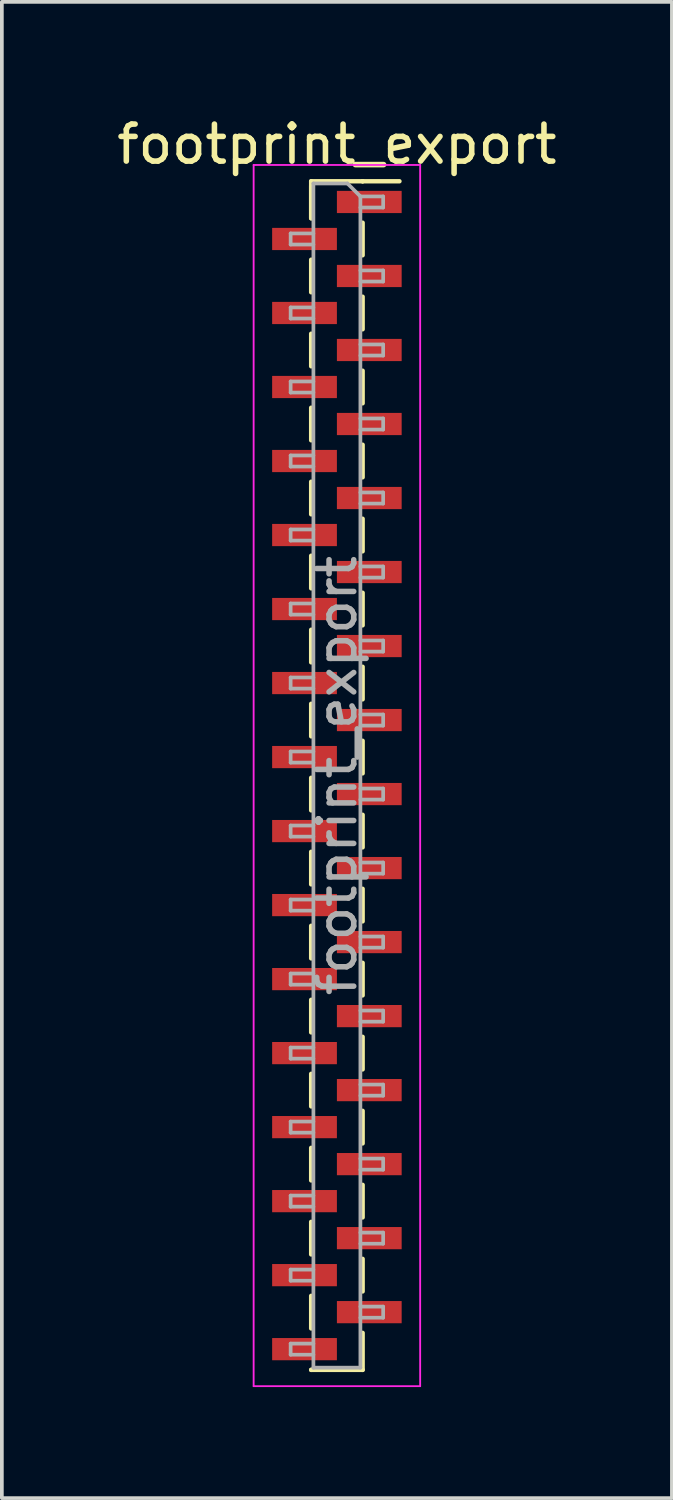
<source format=kicad_pcb>
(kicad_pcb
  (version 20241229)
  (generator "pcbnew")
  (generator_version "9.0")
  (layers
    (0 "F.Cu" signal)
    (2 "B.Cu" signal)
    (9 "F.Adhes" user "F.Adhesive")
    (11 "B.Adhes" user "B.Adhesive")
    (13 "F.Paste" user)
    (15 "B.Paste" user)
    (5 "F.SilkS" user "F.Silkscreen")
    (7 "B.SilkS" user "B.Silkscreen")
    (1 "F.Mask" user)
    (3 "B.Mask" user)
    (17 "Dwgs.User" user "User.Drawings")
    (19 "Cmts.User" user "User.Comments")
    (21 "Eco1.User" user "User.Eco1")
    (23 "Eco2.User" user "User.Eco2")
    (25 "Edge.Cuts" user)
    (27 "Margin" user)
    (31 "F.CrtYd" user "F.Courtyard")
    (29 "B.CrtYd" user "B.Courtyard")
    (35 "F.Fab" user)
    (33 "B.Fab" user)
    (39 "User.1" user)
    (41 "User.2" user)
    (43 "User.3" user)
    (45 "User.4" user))
  (footprint "footprint_export"
    (layer "F.Cu")
    (at 6.054 17.908)
    (property "Reference" "footprint_export" (at 0 -17.06 0) (layer "F.SilkS") (effects (font (size 1 1) (thickness 0.15))))
    (attr smd)
    (fp_line (start -0.695 -16.06) (end -0.695 -15.06) (stroke (width 0.12) (type solid)) (layer "F.SilkS"))
    (fp_line (start -0.695 -16.06) (end 0.695 -16.06) (stroke (width 0.12) (type solid)) (layer "F.SilkS"))
    (fp_line (start -0.695 -15.94) (end -0.695 -15.06) (stroke (width 0.12) (type solid)) (layer "F.SilkS"))
    (fp_line (start -0.695 -13.94) (end -0.695 -13.06) (stroke (width 0.12) (type solid)) (layer "F.SilkS"))
    (fp_line (start -0.695 -11.94) (end -0.695 -11.06) (stroke (width 0.12) (type solid)) (layer "F.SilkS"))
    (fp_line (start -0.695 -9.94) (end -0.695 -9.06) (stroke (width 0.12) (type solid)) (layer "F.SilkS"))
    (fp_line (start -0.695 -7.94) (end -0.695 -7.06) (stroke (width 0.12) (type solid)) (layer "F.SilkS"))
    (fp_line (start -0.695 -5.94) (end -0.695 -5.06) (stroke (width 0.12) (type solid)) (layer "F.SilkS"))
    (fp_line (start -0.695 -3.94) (end -0.695 -3.06) (stroke (width 0.12) (type solid)) (layer "F.SilkS"))
    (fp_line (start -0.695 -1.94) (end -0.695 -1.06) (stroke (width 0.12) (type solid)) (layer "F.SilkS"))
    (fp_line (start -0.695 0.06) (end -0.695 0.94) (stroke (width 0.12) (type solid)) (layer "F.SilkS"))
    (fp_line (start -0.695 2.06) (end -0.695 2.94) (stroke (width 0.12) (type solid)) (layer "F.SilkS"))
    (fp_line (start -0.695 4.06) (end -0.695 4.94) (stroke (width 0.12) (type solid)) (layer "F.SilkS"))
    (fp_line (start -0.695 6.06) (end -0.695 6.94) (stroke (width 0.12) (type solid)) (layer "F.SilkS"))
    (fp_line (start -0.695 8.06) (end -0.695 8.94) (stroke (width 0.12) (type solid)) (layer "F.SilkS"))
    (fp_line (start -0.695 10.06) (end -0.695 10.94) (stroke (width 0.12) (type solid)) (layer "F.SilkS"))
    (fp_line (start -0.695 12.06) (end -0.695 12.94) (stroke (width 0.12) (type solid)) (layer "F.SilkS"))
    (fp_line (start -0.695 14.06) (end -0.695 14.94) (stroke (width 0.12) (type solid)) (layer "F.SilkS"))
    (fp_line (start -0.695 16.06) (end -0.695 16.06) (stroke (width 0.12) (type solid)) (layer "F.SilkS"))
    (fp_line (start -0.695 16.06) (end 0.695 16.06) (stroke (width 0.12) (type solid)) (layer "F.SilkS"))
    (fp_line (start 0.695 -16.06) (end 0.695 -16.06) (stroke (width 0.12) (type solid)) (layer "F.SilkS"))
    (fp_line (start 0.695 -16.06) (end 1.69 -16.06) (stroke (width 0.12) (type solid)) (layer "F.SilkS"))
    (fp_line (start 0.695 -14.94) (end 0.695 -14.06) (stroke (width 0.12) (type solid)) (layer "F.SilkS"))
    (fp_line (start 0.695 -12.94) (end 0.695 -12.06) (stroke (width 0.12) (type solid)) (layer "F.SilkS"))
    (fp_line (start 0.695 -10.94) (end 0.695 -10.06) (stroke (width 0.12) (type solid)) (layer "F.SilkS"))
    (fp_line (start 0.695 -8.94) (end 0.695 -8.06) (stroke (width 0.12) (type solid)) (layer "F.SilkS"))
    (fp_line (start 0.695 -6.94) (end 0.695 -6.06) (stroke (width 0.12) (type solid)) (layer "F.SilkS"))
    (fp_line (start 0.695 -4.94) (end 0.695 -4.06) (stroke (width 0.12) (type solid)) (layer "F.SilkS"))
    (fp_line (start 0.695 -2.94) (end 0.695 -2.06) (stroke (width 0.12) (type solid)) (layer "F.SilkS"))
    (fp_line (start 0.695 -0.94) (end 0.695 -0.06) (stroke (width 0.12) (type solid)) (layer "F.SilkS"))
    (fp_line (start 0.695 1.06) (end 0.695 1.94) (stroke (width 0.12) (type solid)) (layer "F.SilkS"))
    (fp_line (start 0.695 3.06) (end 0.695 3.94) (stroke (width 0.12) (type solid)) (layer "F.SilkS"))
    (fp_line (start 0.695 5.06) (end 0.695 5.94) (stroke (width 0.12) (type solid)) (layer "F.SilkS"))
    (fp_line (start 0.695 7.06) (end 0.695 7.94) (stroke (width 0.12) (type solid)) (layer "F.SilkS"))
    (fp_line (start 0.695 9.06) (end 0.695 9.94) (stroke (width 0.12) (type solid)) (layer "F.SilkS"))
    (fp_line (start 0.695 11.06) (end 0.695 11.94) (stroke (width 0.12) (type solid)) (layer "F.SilkS"))
    (fp_line (start 0.695 13.06) (end 0.695 13.94) (stroke (width 0.12) (type solid)) (layer "F.SilkS"))
    (fp_line (start 0.695 15.06) (end 0.695 16.06) (stroke (width 0.12) (type solid)) (layer "F.SilkS"))
    (fp_line (start -2.25 -16.5) (end -2.25 16.5) (stroke (width 0.05) (type solid)) (layer "F.CrtYd"))
    (fp_line (start -2.25 16.5) (end 2.25 16.5) (stroke (width 0.05) (type solid)) (layer "F.CrtYd"))
    (fp_line (start 2.25 -16.5) (end -2.25 -16.5) (stroke (width 0.05) (type solid)) (layer "F.CrtYd"))
    (fp_line (start 2.25 16.5) (end 2.25 -16.5) (stroke (width 0.05) (type solid)) (layer "F.CrtYd"))
    (fp_line (start -1.25 -14.65) (end -1.25 -14.35) (stroke (width 0.1) (type solid)) (layer "F.Fab"))
    (fp_line (start -1.25 -14.35) (end -0.635 -14.35) (stroke (width 0.1) (type solid)) (layer "F.Fab"))
    (fp_line (start -1.25 -12.65) (end -1.25 -12.35) (stroke (width 0.1) (type solid)) (layer "F.Fab"))
    (fp_line (start -1.25 -12.35) (end -0.635 -12.35) (stroke (width 0.1) (type solid)) (layer "F.Fab"))
    (fp_line (start -1.25 -10.65) (end -1.25 -10.35) (stroke (width 0.1) (type solid)) (layer "F.Fab"))
    (fp_line (start -1.25 -10.35) (end -0.635 -10.35) (stroke (width 0.1) (type solid)) (layer "F.Fab"))
    (fp_line (start -1.25 -8.65) (end -1.25 -8.35) (stroke (width 0.1) (type solid)) (layer "F.Fab"))
    (fp_line (start -1.25 -8.35) (end -0.635 -8.35) (stroke (width 0.1) (type solid)) (layer "F.Fab"))
    (fp_line (start -1.25 -6.65) (end -1.25 -6.35) (stroke (width 0.1) (type solid)) (layer "F.Fab"))
    (fp_line (start -1.25 -6.35) (end -0.635 -6.35) (stroke (width 0.1) (type solid)) (layer "F.Fab"))
    (fp_line (start -1.25 -4.65) (end -1.25 -4.35) (stroke (width 0.1) (type solid)) (layer "F.Fab"))
    (fp_line (start -1.25 -4.35) (end -0.635 -4.35) (stroke (width 0.1) (type solid)) (layer "F.Fab"))
    (fp_line (start -1.25 -2.65) (end -1.25 -2.35) (stroke (width 0.1) (type solid)) (layer "F.Fab"))
    (fp_line (start -1.25 -2.35) (end -0.635 -2.35) (stroke (width 0.1) (type solid)) (layer "F.Fab"))
    (fp_line (start -1.25 -0.65) (end -1.25 -0.35) (stroke (width 0.1) (type solid)) (layer "F.Fab"))
    (fp_line (start -1.25 -0.35) (end -0.635 -0.35) (stroke (width 0.1) (type solid)) (layer "F.Fab"))
    (fp_line (start -1.25 1.35) (end -1.25 1.65) (stroke (width 0.1) (type solid)) (layer "F.Fab"))
    (fp_line (start -1.25 1.65) (end -0.635 1.65) (stroke (width 0.1) (type solid)) (layer "F.Fab"))
    (fp_line (start -1.25 3.35) (end -1.25 3.65) (stroke (width 0.1) (type solid)) (layer "F.Fab"))
    (fp_line (start -1.25 3.65) (end -0.635 3.65) (stroke (width 0.1) (type solid)) (layer "F.Fab"))
    (fp_line (start -1.25 5.35) (end -1.25 5.65) (stroke (width 0.1) (type solid)) (layer "F.Fab"))
    (fp_line (start -1.25 5.65) (end -0.635 5.65) (stroke (width 0.1) (type solid)) (layer "F.Fab"))
    (fp_line (start -1.25 7.35) (end -1.25 7.65) (stroke (width 0.1) (type solid)) (layer "F.Fab"))
    (fp_line (start -1.25 7.65) (end -0.635 7.65) (stroke (width 0.1) (type solid)) (layer "F.Fab"))
    (fp_line (start -1.25 9.35) (end -1.25 9.65) (stroke (width 0.1) (type solid)) (layer "F.Fab"))
    (fp_line (start -1.25 9.65) (end -0.635 9.65) (stroke (width 0.1) (type solid)) (layer "F.Fab"))
    (fp_line (start -1.25 11.35) (end -1.25 11.65) (stroke (width 0.1) (type solid)) (layer "F.Fab"))
    (fp_line (start -1.25 11.65) (end -0.635 11.65) (stroke (width 0.1) (type solid)) (layer "F.Fab"))
    (fp_line (start -1.25 13.35) (end -1.25 13.65) (stroke (width 0.1) (type solid)) (layer "F.Fab"))
    (fp_line (start -1.25 13.65) (end -0.635 13.65) (stroke (width 0.1) (type solid)) (layer "F.Fab"))
    (fp_line (start -1.25 15.35) (end -1.25 15.65) (stroke (width 0.1) (type solid)) (layer "F.Fab"))
    (fp_line (start -1.25 15.65) (end -0.635 15.65) (stroke (width 0.1) (type solid)) (layer "F.Fab"))
    (fp_line (start -0.635 -16) (end -0.635 16) (stroke (width 0.1) (type solid)) (layer "F.Fab"))
    (fp_line (start -0.635 -16) (end 0.285 -16) (stroke (width 0.1) (type solid)) (layer "F.Fab"))
    (fp_line (start -0.635 -14.65) (end -1.25 -14.65) (stroke (width 0.1) (type solid)) (layer "F.Fab"))
    (fp_line (start -0.635 -12.65) (end -1.25 -12.65) (stroke (width 0.1) (type solid)) (layer "F.Fab"))
    (fp_line (start -0.635 -10.65) (end -1.25 -10.65) (stroke (width 0.1) (type solid)) (layer "F.Fab"))
    (fp_line (start -0.635 -8.65) (end -1.25 -8.65) (stroke (width 0.1) (type solid)) (layer "F.Fab"))
    (fp_line (start -0.635 -6.65) (end -1.25 -6.65) (stroke (width 0.1) (type solid)) (layer "F.Fab"))
    (fp_line (start -0.635 -4.65) (end -1.25 -4.65) (stroke (width 0.1) (type solid)) (layer "F.Fab"))
    (fp_line (start -0.635 -2.65) (end -1.25 -2.65) (stroke (width 0.1) (type solid)) (layer "F.Fab"))
    (fp_line (start -0.635 -0.65) (end -1.25 -0.65) (stroke (width 0.1) (type solid)) (layer "F.Fab"))
    (fp_line (start -0.635 1.35) (end -1.25 1.35) (stroke (width 0.1) (type solid)) (layer "F.Fab"))
    (fp_line (start -0.635 3.35) (end -1.25 3.35) (stroke (width 0.1) (type solid)) (layer "F.Fab"))
    (fp_line (start -0.635 5.35) (end -1.25 5.35) (stroke (width 0.1) (type solid)) (layer "F.Fab"))
    (fp_line (start -0.635 7.35) (end -1.25 7.35) (stroke (width 0.1) (type solid)) (layer "F.Fab"))
    (fp_line (start -0.635 9.35) (end -1.25 9.35) (stroke (width 0.1) (type solid)) (layer "F.Fab"))
    (fp_line (start -0.635 11.35) (end -1.25 11.35) (stroke (width 0.1) (type solid)) (layer "F.Fab"))
    (fp_line (start -0.635 13.35) (end -1.25 13.35) (stroke (width 0.1) (type solid)) (layer "F.Fab"))
    (fp_line (start -0.635 15.35) (end -1.25 15.35) (stroke (width 0.1) (type solid)) (layer "F.Fab"))
    (fp_line (start 0.635 -15.65) (end 0.285 -16) (stroke (width 0.1) (type solid)) (layer "F.Fab"))
    (fp_line (start 0.635 -15.65) (end 1.25 -15.65) (stroke (width 0.1) (type solid)) (layer "F.Fab"))
    (fp_line (start 0.635 -13.65) (end 1.25 -13.65) (stroke (width 0.1) (type solid)) (layer "F.Fab"))
    (fp_line (start 0.635 -11.65) (end 1.25 -11.65) (stroke (width 0.1) (type solid)) (layer "F.Fab"))
    (fp_line (start 0.635 -9.65) (end 1.25 -9.65) (stroke (width 0.1) (type solid)) (layer "F.Fab"))
    (fp_line (start 0.635 -7.65) (end 1.25 -7.65) (stroke (width 0.1) (type solid)) (layer "F.Fab"))
    (fp_line (start 0.635 -5.65) (end 1.25 -5.65) (stroke (width 0.1) (type solid)) (layer "F.Fab"))
    (fp_line (start 0.635 -3.65) (end 1.25 -3.65) (stroke (width 0.1) (type solid)) (layer "F.Fab"))
    (fp_line (start 0.635 -1.65) (end 1.25 -1.65) (stroke (width 0.1) (type solid)) (layer "F.Fab"))
    (fp_line (start 0.635 0.35) (end 1.25 0.35) (stroke (width 0.1) (type solid)) (layer "F.Fab"))
    (fp_line (start 0.635 2.35) (end 1.25 2.35) (stroke (width 0.1) (type solid)) (layer "F.Fab"))
    (fp_line (start 0.635 4.35) (end 1.25 4.35) (stroke (width 0.1) (type solid)) (layer "F.Fab"))
    (fp_line (start 0.635 6.35) (end 1.25 6.35) (stroke (width 0.1) (type solid)) (layer "F.Fab"))
    (fp_line (start 0.635 8.35) (end 1.25 8.35) (stroke (width 0.1) (type solid)) (layer "F.Fab"))
    (fp_line (start 0.635 10.35) (end 1.25 10.35) (stroke (width 0.1) (type solid)) (layer "F.Fab"))
    (fp_line (start 0.635 12.35) (end 1.25 12.35) (stroke (width 0.1) (type solid)) (layer "F.Fab"))
    (fp_line (start 0.635 14.35) (end 1.25 14.35) (stroke (width 0.1) (type solid)) (layer "F.Fab"))
    (fp_line (start 0.635 16) (end -0.635 16) (stroke (width 0.1) (type solid)) (layer "F.Fab"))
    (fp_line (start 0.635 16) (end 0.635 -15.65) (stroke (width 0.1) (type solid)) (layer "F.Fab"))
    (fp_line (start 1.25 -15.65) (end 1.25 -15.35) (stroke (width 0.1) (type solid)) (layer "F.Fab"))
    (fp_line (start 1.25 -15.35) (end 0.635 -15.35) (stroke (width 0.1) (type solid)) (layer "F.Fab"))
    (fp_line (start 1.25 -13.65) (end 1.25 -13.35) (stroke (width 0.1) (type solid)) (layer "F.Fab"))
    (fp_line (start 1.25 -13.35) (end 0.635 -13.35) (stroke (width 0.1) (type solid)) (layer "F.Fab"))
    (fp_line (start 1.25 -11.65) (end 1.25 -11.35) (stroke (width 0.1) (type solid)) (layer "F.Fab"))
    (fp_line (start 1.25 -11.35) (end 0.635 -11.35) (stroke (width 0.1) (type solid)) (layer "F.Fab"))
    (fp_line (start 1.25 -9.65) (end 1.25 -9.35) (stroke (width 0.1) (type solid)) (layer "F.Fab"))
    (fp_line (start 1.25 -9.35) (end 0.635 -9.35) (stroke (width 0.1) (type solid)) (layer "F.Fab"))
    (fp_line (start 1.25 -7.65) (end 1.25 -7.35) (stroke (width 0.1) (type solid)) (layer "F.Fab"))
    (fp_line (start 1.25 -7.35) (end 0.635 -7.35) (stroke (width 0.1) (type solid)) (layer "F.Fab"))
    (fp_line (start 1.25 -5.65) (end 1.25 -5.35) (stroke (width 0.1) (type solid)) (layer "F.Fab"))
    (fp_line (start 1.25 -5.35) (end 0.635 -5.35) (stroke (width 0.1) (type solid)) (layer "F.Fab"))
    (fp_line (start 1.25 -3.65) (end 1.25 -3.35) (stroke (width 0.1) (type solid)) (layer "F.Fab"))
    (fp_line (start 1.25 -3.35) (end 0.635 -3.35) (stroke (width 0.1) (type solid)) (layer "F.Fab"))
    (fp_line (start 1.25 -1.65) (end 1.25 -1.35) (stroke (width 0.1) (type solid)) (layer "F.Fab"))
    (fp_line (start 1.25 -1.35) (end 0.635 -1.35) (stroke (width 0.1) (type solid)) (layer "F.Fab"))
    (fp_line (start 1.25 0.35) (end 1.25 0.65) (stroke (width 0.1) (type solid)) (layer "F.Fab"))
    (fp_line (start 1.25 0.65) (end 0.635 0.65) (stroke (width 0.1) (type solid)) (layer "F.Fab"))
    (fp_line (start 1.25 2.35) (end 1.25 2.65) (stroke (width 0.1) (type solid)) (layer "F.Fab"))
    (fp_line (start 1.25 2.65) (end 0.635 2.65) (stroke (width 0.1) (type solid)) (layer "F.Fab"))
    (fp_line (start 1.25 4.35) (end 1.25 4.65) (stroke (width 0.1) (type solid)) (layer "F.Fab"))
    (fp_line (start 1.25 4.65) (end 0.635 4.65) (stroke (width 0.1) (type solid)) (layer "F.Fab"))
    (fp_line (start 1.25 6.35) (end 1.25 6.65) (stroke (width 0.1) (type solid)) (layer "F.Fab"))
    (fp_line (start 1.25 6.65) (end 0.635 6.65) (stroke (width 0.1) (type solid)) (layer "F.Fab"))
    (fp_line (start 1.25 8.35) (end 1.25 8.65) (stroke (width 0.1) (type solid)) (layer "F.Fab"))
    (fp_line (start 1.25 8.65) (end 0.635 8.65) (stroke (width 0.1) (type solid)) (layer "F.Fab"))
    (fp_line (start 1.25 10.35) (end 1.25 10.65) (stroke (width 0.1) (type solid)) (layer "F.Fab"))
    (fp_line (start 1.25 10.65) (end 0.635 10.65) (stroke (width 0.1) (type solid)) (layer "F.Fab"))
    (fp_line (start 1.25 12.35) (end 1.25 12.65) (stroke (width 0.1) (type solid)) (layer "F.Fab"))
    (fp_line (start 1.25 12.65) (end 0.635 12.65) (stroke (width 0.1) (type solid)) (layer "F.Fab"))
    (fp_line (start 1.25 14.35) (end 1.25 14.65) (stroke (width 0.1) (type solid)) (layer "F.Fab"))
    (fp_line (start 1.25 14.65) (end 0.635 14.65) (stroke (width 0.1) (type solid)) (layer "F.Fab"))
    (fp_text user "${REFERENCE}" (at 0 0 90) (layer "F.Fab") (effects (font (size 1 1) (thickness 0.15))))
    (pad "1" smd rect (at 0.875 -15.5) (size 1.75 0.6) (layers "F.Cu" "F.Mask" "F.Paste"))
    (pad "2" smd rect (at -0.875 -14.5) (size 1.75 0.6) (layers "F.Cu" "F.Mask" "F.Paste"))
    (pad "3" smd rect (at 0.875 -13.5) (size 1.75 0.6) (layers "F.Cu" "F.Mask" "F.Paste"))
    (pad "4" smd rect (at -0.875 -12.5) (size 1.75 0.6) (layers "F.Cu" "F.Mask" "F.Paste"))
    (pad "5" smd rect (at 0.875 -11.5) (size 1.75 0.6) (layers "F.Cu" "F.Mask" "F.Paste"))
    (pad "6" smd rect (at -0.875 -10.5) (size 1.75 0.6) (layers "F.Cu" "F.Mask" "F.Paste"))
    (pad "7" smd rect (at 0.875 -9.5) (size 1.75 0.6) (layers "F.Cu" "F.Mask" "F.Paste"))
    (pad "8" smd rect (at -0.875 -8.5) (size 1.75 0.6) (layers "F.Cu" "F.Mask" "F.Paste"))
    (pad "9" smd rect (at 0.875 -7.5) (size 1.75 0.6) (layers "F.Cu" "F.Mask" "F.Paste"))
    (pad "10" smd rect (at -0.875 -6.5) (size 1.75 0.6) (layers "F.Cu" "F.Mask" "F.Paste"))
    (pad "11" smd rect (at 0.875 -5.5) (size 1.75 0.6) (layers "F.Cu" "F.Mask" "F.Paste"))
    (pad "12" smd rect (at -0.875 -4.5) (size 1.75 0.6) (layers "F.Cu" "F.Mask" "F.Paste"))
    (pad "13" smd rect (at 0.875 -3.5) (size 1.75 0.6) (layers "F.Cu" "F.Mask" "F.Paste"))
    (pad "14" smd rect (at -0.875 -2.5) (size 1.75 0.6) (layers "F.Cu" "F.Mask" "F.Paste"))
    (pad "15" smd rect (at 0.875 -1.5) (size 1.75 0.6) (layers "F.Cu" "F.Mask" "F.Paste"))
    (pad "16" smd rect (at -0.875 -0.5) (size 1.75 0.6) (layers "F.Cu" "F.Mask" "F.Paste"))
    (pad "17" smd rect (at 0.875 0.5) (size 1.75 0.6) (layers "F.Cu" "F.Mask" "F.Paste"))
    (pad "18" smd rect (at -0.875 1.5) (size 1.75 0.6) (layers "F.Cu" "F.Mask" "F.Paste"))
    (pad "19" smd rect (at 0.875 2.5) (size 1.75 0.6) (layers "F.Cu" "F.Mask" "F.Paste"))
    (pad "20" smd rect (at -0.875 3.5) (size 1.75 0.6) (layers "F.Cu" "F.Mask" "F.Paste"))
    (pad "21" smd rect (at 0.875 4.5) (size 1.75 0.6) (layers "F.Cu" "F.Mask" "F.Paste"))
    (pad "22" smd rect (at -0.875 5.5) (size 1.75 0.6) (layers "F.Cu" "F.Mask" "F.Paste"))
    (pad "23" smd rect (at 0.875 6.5) (size 1.75 0.6) (layers "F.Cu" "F.Mask" "F.Paste"))
    (pad "24" smd rect (at -0.875 7.5) (size 1.75 0.6) (layers "F.Cu" "F.Mask" "F.Paste"))
    (pad "25" smd rect (at 0.875 8.5) (size 1.75 0.6) (layers "F.Cu" "F.Mask" "F.Paste"))
    (pad "26" smd rect (at -0.875 9.5) (size 1.75 0.6) (layers "F.Cu" "F.Mask" "F.Paste"))
    (pad "27" smd rect (at 0.875 10.5) (size 1.75 0.6) (layers "F.Cu" "F.Mask" "F.Paste"))
    (pad "28" smd rect (at -0.875 11.5) (size 1.75 0.6) (layers "F.Cu" "F.Mask" "F.Paste"))
    (pad "29" smd rect (at 0.875 12.5) (size 1.75 0.6) (layers "F.Cu" "F.Mask" "F.Paste"))
    (pad "30" smd rect (at -0.875 13.5) (size 1.75 0.6) (layers "F.Cu" "F.Mask" "F.Paste"))
    (pad "31" smd rect (at 0.875 14.5) (size 1.75 0.6) (layers "F.Cu" "F.Mask" "F.Paste"))
    (pad "32" smd rect (at -0.875 15.5) (size 1.75 0.6) (layers "F.Cu" "F.Mask" "F.Paste")))
  (gr_rect
    (start -3 -3)
    (end 15.107 37.433)
    (stroke (width 0.1) (type default))
    (fill no)
    (layer "Edge.Cuts")))
</source>
